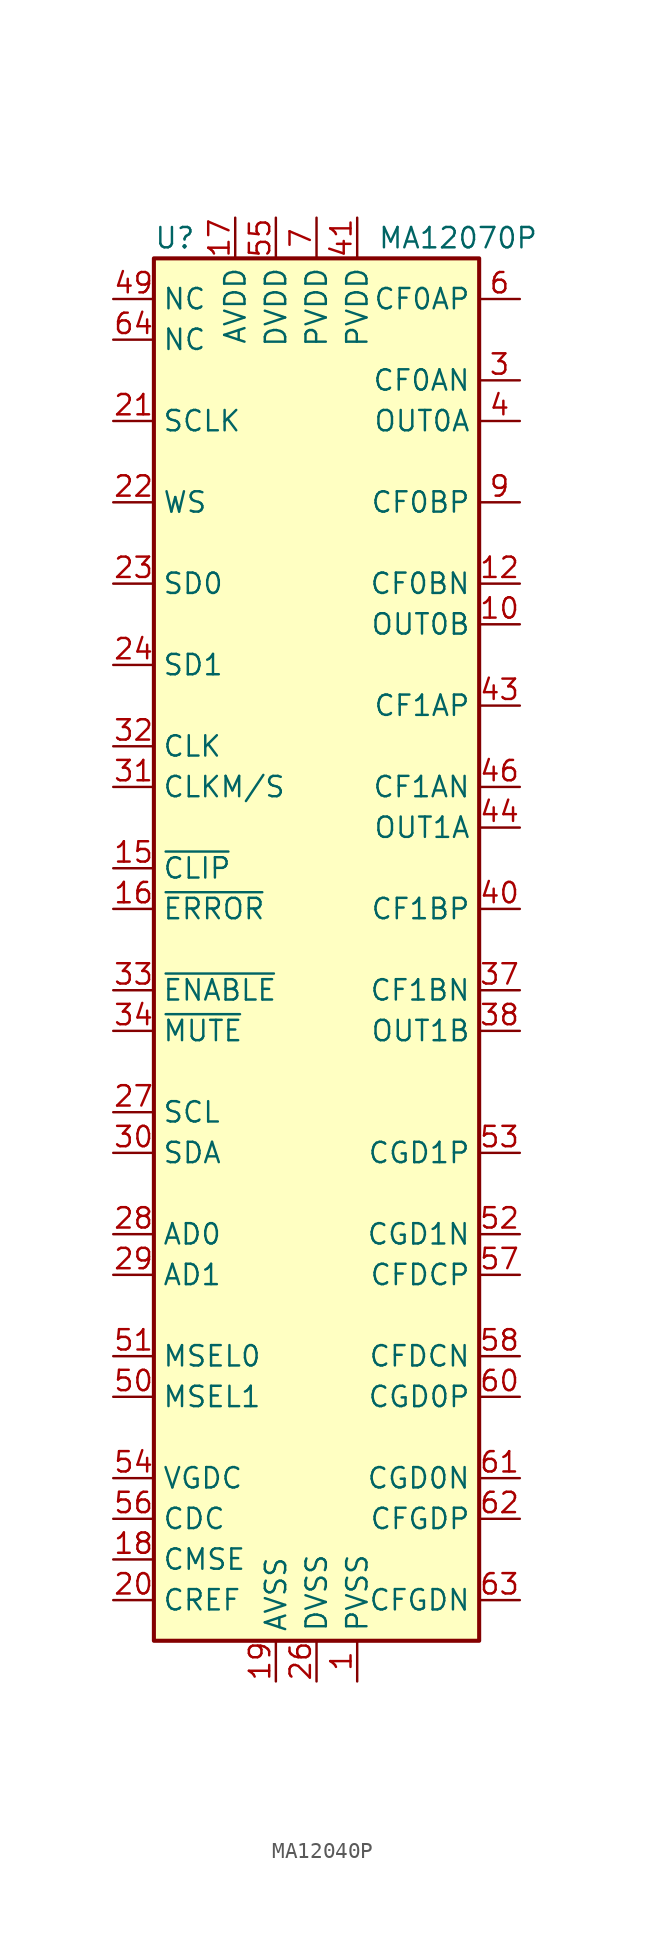
<source format=kicad_sym>
(kicad_symbol_lib
  (version 20220914)
  (generator kicad_symbol_editor)
  (symbol "MA12040P"
    (property "Reference" "U"
      (at -10.16 44.45 0)
      (effects (font (size 1.27 1.27)) (justify left)))
    (property "Value" "MA12070P"
      (at 3.81 44.45 0)
      (effects (font (size 1.27 1.27)) (justify left)))
    (symbol "MA12040P_0_1"
      (rectangle (start -10.16 -43.18) (end 10.16 43.18) (stroke (width 0.254) (type default)) (fill (type background))))
    (symbol "MA12040P_1_1"
      (pin power_in line (at 2.54 -45.72 90) (length 2.54) (name "PVSS" (effects (font (size 1.27 1.27)))) (number "1" (effects (font (size 1.27 1.27)))))
      (pin output line (at 12.7 20.32 180) (length 2.54) (name "OUT0B" (effects (font (size 1.27 1.27)))) (number "10" (effects (font (size 1.27 1.27)))))
      (pin passive line (at 12.7 20.32 180) (length 2.54) hide (name "OUT0B" (effects (font (size 1.27 1.27)))) (number "11" (effects (font (size 1.27 1.27)))))
      (pin passive line (at 12.7 22.86 180) (length 2.54) (name "CF0BN" (effects (font (size 1.27 1.27)))) (number "12" (effects (font (size 1.27 1.27)))))
      (pin passive line (at 2.54 -45.72 90) (length 2.54) hide (name "PVSS" (effects (font (size 1.27 1.27)))) (number "13" (effects (font (size 1.27 1.27)))))
      (pin passive line (at 2.54 -45.72 90) (length 2.54) hide (name "PVSS" (effects (font (size 1.27 1.27)))) (number "14" (effects (font (size 1.27 1.27)))))
      (pin output line (at -12.7 5.08 0) (length 2.54) (name "~{CLIP}" (effects (font (size 1.27 1.27)))) (number "15" (effects (font (size 1.27 1.27)))))
      (pin output line (at -12.7 2.54 0) (length 2.54) (name "~{ERROR}" (effects (font (size 1.27 1.27)))) (number "16" (effects (font (size 1.27 1.27)))))
      (pin power_in line (at -5.08 45.72 270) (length 2.54) (name "AVDD" (effects (font (size 1.27 1.27)))) (number "17" (effects (font (size 1.27 1.27)))))
      (pin passive line (at -12.7 -38.1 0) (length 2.54) (name "CMSE" (effects (font (size 1.27 1.27)))) (number "18" (effects (font (size 1.27 1.27)))))
      (pin power_in line (at -2.54 -45.72 90) (length 2.54) (name "AVSS" (effects (font (size 1.27 1.27)))) (number "19" (effects (font (size 1.27 1.27)))))
      (pin passive line (at 2.54 -45.72 90) (length 2.54) hide (name "PVSS" (effects (font (size 1.27 1.27)))) (number "2" (effects (font (size 1.27 1.27)))))
      (pin passive line (at -12.7 -40.64 0) (length 2.54) (name "CREF" (effects (font (size 1.27 1.27)))) (number "20" (effects (font (size 1.27 1.27)))))
      (pin input line (at -12.7 33.02 0) (length 2.54) (name "SCLK" (effects (font (size 1.27 1.27)))) (number "21" (effects (font (size 1.27 1.27)))))
      (pin input line (at -12.7 27.94 0) (length 2.54) (name "WS" (effects (font (size 1.27 1.27)))) (number "22" (effects (font (size 1.27 1.27)))))
      (pin input line (at -12.7 22.86 0) (length 2.54) (name "SD0" (effects (font (size 1.27 1.27)))) (number "23" (effects (font (size 1.27 1.27)))))
      (pin input line (at -12.7 17.78 0) (length 2.54) (name "SD1" (effects (font (size 1.27 1.27)))) (number "24" (effects (font (size 1.27 1.27)))))
      (pin passive line (at -2.54 -45.72 90) (length 2.54) hide (name "AVSS" (effects (font (size 1.27 1.27)))) (number "25" (effects (font (size 1.27 1.27)))))
      (pin power_in line (at 0 -45.72 90) (length 2.54) (name "DVSS" (effects (font (size 1.27 1.27)))) (number "26" (effects (font (size 1.27 1.27)))))
      (pin input line (at -12.7 -10.16 0) (length 2.54) (name "SCL" (effects (font (size 1.27 1.27)))) (number "27" (effects (font (size 1.27 1.27)))))
      (pin input line (at -12.7 -17.78 0) (length 2.54) (name "AD0" (effects (font (size 1.27 1.27)))) (number "28" (effects (font (size 1.27 1.27)))))
      (pin input line (at -12.7 -20.32 0) (length 2.54) (name "AD1" (effects (font (size 1.27 1.27)))) (number "29" (effects (font (size 1.27 1.27)))))
      (pin passive line (at 12.7 35.56 180) (length 2.54) (name "CF0AN" (effects (font (size 1.27 1.27)))) (number "3" (effects (font (size 1.27 1.27)))))
      (pin bidirectional line (at -12.7 -12.7 0) (length 2.54) (name "SDA" (effects (font (size 1.27 1.27)))) (number "30" (effects (font (size 1.27 1.27)))))
      (pin input line (at -12.7 10.16 0) (length 2.54) (name "CLKM/S" (effects (font (size 1.27 1.27)))) (number "31" (effects (font (size 1.27 1.27)))))
      (pin input line (at -12.7 12.7 0) (length 2.54) (name "CLK" (effects (font (size 1.27 1.27)))) (number "32" (effects (font (size 1.27 1.27)))))
      (pin input line (at -12.7 -2.54 0) (length 2.54) (name "~{ENABLE}" (effects (font (size 1.27 1.27)))) (number "33" (effects (font (size 1.27 1.27)))))
      (pin input line (at -12.7 -5.08 0) (length 2.54) (name "~{MUTE}" (effects (font (size 1.27 1.27)))) (number "34" (effects (font (size 1.27 1.27)))))
      (pin passive line (at 2.54 -45.72 90) (length 2.54) hide (name "PVSS" (effects (font (size 1.27 1.27)))) (number "35" (effects (font (size 1.27 1.27)))))
      (pin passive line (at 2.54 -45.72 90) (length 2.54) hide (name "PVSS" (effects (font (size 1.27 1.27)))) (number "36" (effects (font (size 1.27 1.27)))))
      (pin passive line (at 12.7 -2.54 180) (length 2.54) (name "CF1BN" (effects (font (size 1.27 1.27)))) (number "37" (effects (font (size 1.27 1.27)))))
      (pin output line (at 12.7 -5.08 180) (length 2.54) (name "OUT1B" (effects (font (size 1.27 1.27)))) (number "38" (effects (font (size 1.27 1.27)))))
      (pin passive line (at 12.7 -5.08 180) (length 2.54) hide (name "OUT1B" (effects (font (size 1.27 1.27)))) (number "39" (effects (font (size 1.27 1.27)))))
      (pin output line (at 12.7 33.02 180) (length 2.54) (name "OUT0A" (effects (font (size 1.27 1.27)))) (number "4" (effects (font (size 1.27 1.27)))))
      (pin passive line (at 12.7 2.54 180) (length 2.54) (name "CF1BP" (effects (font (size 1.27 1.27)))) (number "40" (effects (font (size 1.27 1.27)))))
      (pin power_in line (at 2.54 45.72 270) (length 2.54) (name "PVDD" (effects (font (size 1.27 1.27)))) (number "41" (effects (font (size 1.27 1.27)))))
      (pin passive line (at 2.54 45.72 270) (length 2.54) hide (name "PVDD" (effects (font (size 1.27 1.27)))) (number "42" (effects (font (size 1.27 1.27)))))
      (pin passive line (at 12.7 15.24 180) (length 2.54) (name "CF1AP" (effects (font (size 1.27 1.27)))) (number "43" (effects (font (size 1.27 1.27)))))
      (pin output line (at 12.7 7.62 180) (length 2.54) (name "OUT1A" (effects (font (size 1.27 1.27)))) (number "44" (effects (font (size 1.27 1.27)))))
      (pin passive line (at 12.7 7.62 180) (length 2.54) hide (name "OUT1A" (effects (font (size 1.27 1.27)))) (number "45" (effects (font (size 1.27 1.27)))))
      (pin passive line (at 12.7 10.16 180) (length 2.54) (name "CF1AN" (effects (font (size 1.27 1.27)))) (number "46" (effects (font (size 1.27 1.27)))))
      (pin passive line (at 2.54 -45.72 90) (length 2.54) hide (name "PVSS" (effects (font (size 1.27 1.27)))) (number "47" (effects (font (size 1.27 1.27)))))
      (pin passive line (at 2.54 -45.72 90) (length 2.54) hide (name "PVSS" (effects (font (size 1.27 1.27)))) (number "48" (effects (font (size 1.27 1.27)))))
      (pin passive line (at -12.7 40.64 0) (length 2.54) (name "NC" (effects (font (size 1.27 1.27)))) (number "49" (effects (font (size 1.27 1.27)))))
      (pin passive line (at 12.7 33.02 180) (length 2.54) hide (name "OUT0A" (effects (font (size 1.27 1.27)))) (number "5" (effects (font (size 1.27 1.27)))))
      (pin input line (at -12.7 -27.94 0) (length 2.54) (name "MSEL1" (effects (font (size 1.27 1.27)))) (number "50" (effects (font (size 1.27 1.27)))))
      (pin input line (at -12.7 -25.4 0) (length 2.54) (name "MSEL0" (effects (font (size 1.27 1.27)))) (number "51" (effects (font (size 1.27 1.27)))))
      (pin passive line (at 12.7 -17.78 180) (length 2.54) (name "CGD1N" (effects (font (size 1.27 1.27)))) (number "52" (effects (font (size 1.27 1.27)))))
      (pin passive line (at 12.7 -12.7 180) (length 2.54) (name "CGD1P" (effects (font (size 1.27 1.27)))) (number "53" (effects (font (size 1.27 1.27)))))
      (pin passive line (at -12.7 -33.02 0) (length 2.54) (name "VGDC" (effects (font (size 1.27 1.27)))) (number "54" (effects (font (size 1.27 1.27)))))
      (pin power_in line (at -2.54 45.72 270) (length 2.54) (name "DVDD" (effects (font (size 1.27 1.27)))) (number "55" (effects (font (size 1.27 1.27)))))
      (pin passive line (at -12.7 -35.56 0) (length 2.54) (name "CDC" (effects (font (size 1.27 1.27)))) (number "56" (effects (font (size 1.27 1.27)))))
      (pin passive line (at 12.7 -20.32 180) (length 2.54) (name "CFDCP" (effects (font (size 1.27 1.27)))) (number "57" (effects (font (size 1.27 1.27)))))
      (pin passive line (at 12.7 -25.4 180) (length 2.54) (name "CFDCN" (effects (font (size 1.27 1.27)))) (number "58" (effects (font (size 1.27 1.27)))))
      (pin passive line (at 0 -45.72 90) (length 2.54) hide (name "DVSS" (effects (font (size 1.27 1.27)))) (number "59" (effects (font (size 1.27 1.27)))))
      (pin passive line (at 12.7 40.64 180) (length 2.54) (name "CF0AP" (effects (font (size 1.27 1.27)))) (number "6" (effects (font (size 1.27 1.27)))))
      (pin passive line (at 12.7 -27.94 180) (length 2.54) (name "CGD0P" (effects (font (size 1.27 1.27)))) (number "60" (effects (font (size 1.27 1.27)))))
      (pin passive line (at 12.7 -33.02 180) (length 2.54) (name "CGD0N" (effects (font (size 1.27 1.27)))) (number "61" (effects (font (size 1.27 1.27)))))
      (pin passive line (at 12.7 -35.56 180) (length 2.54) (name "CFGDP" (effects (font (size 1.27 1.27)))) (number "62" (effects (font (size 1.27 1.27)))))
      (pin passive line (at 12.7 -40.64 180) (length 2.54) (name "CFGDN" (effects (font (size 1.27 1.27)))) (number "63" (effects (font (size 1.27 1.27)))))
      (pin passive line (at -12.7 38.1 0) (length 2.54) (name "NC" (effects (font (size 1.27 1.27)))) (number "64" (effects (font (size 1.27 1.27)))))
      (pin power_in line (at 0 45.72 270) (length 2.54) (name "PVDD" (effects (font (size 1.27 1.27)))) (number "7" (effects (font (size 1.27 1.27)))))
      (pin passive line (at 0 45.72 270) (length 2.54) hide (name "PVDD" (effects (font (size 1.27 1.27)))) (number "8" (effects (font (size 1.27 1.27)))))
      (pin passive line (at 12.7 27.94 180) (length 2.54) (name "CF0BP" (effects (font (size 1.27 1.27)))) (number "9" (effects (font (size 1.27 1.27))))))))
</source>
